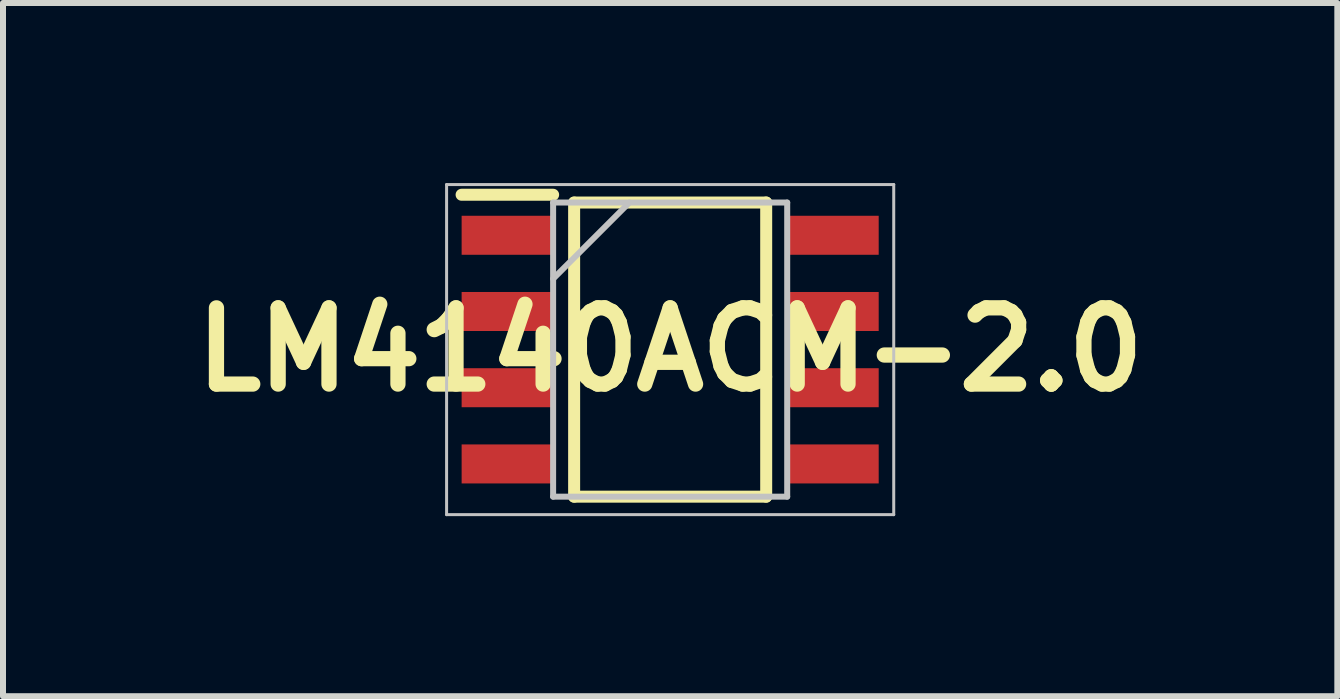
<source format=kicad_pcb>
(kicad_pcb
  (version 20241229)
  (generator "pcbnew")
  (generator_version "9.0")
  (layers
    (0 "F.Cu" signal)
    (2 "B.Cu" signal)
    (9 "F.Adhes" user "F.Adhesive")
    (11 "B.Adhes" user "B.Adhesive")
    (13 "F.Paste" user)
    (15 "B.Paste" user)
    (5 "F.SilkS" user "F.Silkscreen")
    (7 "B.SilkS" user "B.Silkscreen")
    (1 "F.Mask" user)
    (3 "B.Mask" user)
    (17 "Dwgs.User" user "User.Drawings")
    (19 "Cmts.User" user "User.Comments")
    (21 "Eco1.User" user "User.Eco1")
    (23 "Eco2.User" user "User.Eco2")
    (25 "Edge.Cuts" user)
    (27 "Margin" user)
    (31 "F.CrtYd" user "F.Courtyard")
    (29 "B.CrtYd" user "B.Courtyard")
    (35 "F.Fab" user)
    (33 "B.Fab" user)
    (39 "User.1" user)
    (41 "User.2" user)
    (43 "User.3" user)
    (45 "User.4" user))
  (footprint "LM4140ACM-2.0"
    (layer "F.Cu")
    (at 8.116 2.775)
    (property "Reference" "LM4140ACM-2.0" (at 0 0 0) (layer "F.SilkS") (effects (font (size 1.27 1.27) (thickness 0.254))))
    (attr smd)
    (fp_line (start -3.475 -2.58) (end -1.95 -2.58) (stroke (width 0.2) (type solid)) (layer "F.SilkS"))
    (fp_line (start -1.6 -2.45) (end 1.6 -2.45) (stroke (width 0.2) (type solid)) (layer "F.SilkS"))
    (fp_line (start -1.6 2.45) (end -1.6 -2.45) (stroke (width 0.2) (type solid)) (layer "F.SilkS"))
    (fp_line (start 1.6 -2.45) (end 1.6 2.45) (stroke (width 0.2) (type solid)) (layer "F.SilkS"))
    (fp_line (start 1.6 2.45) (end -1.6 2.45) (stroke (width 0.2) (type solid)) (layer "F.SilkS"))
    (fp_line (start -3.725 -2.75) (end 3.725 -2.75) (stroke (width 0.05) (type solid)) (layer "Dwgs.User"))
    (fp_line (start -3.725 2.75) (end -3.725 -2.75) (stroke (width 0.05) (type solid)) (layer "Dwgs.User"))
    (fp_line (start -1.95 -2.45) (end 1.95 -2.45) (stroke (width 0.1) (type solid)) (layer "Dwgs.User"))
    (fp_line (start -1.95 -1.18) (end -0.68 -2.45) (stroke (width 0.1) (type solid)) (layer "Dwgs.User"))
    (fp_line (start -1.95 2.45) (end -1.95 -2.45) (stroke (width 0.1) (type solid)) (layer "Dwgs.User"))
    (fp_line (start 1.95 -2.45) (end 1.95 2.45) (stroke (width 0.1) (type solid)) (layer "Dwgs.User"))
    (fp_line (start 1.95 2.45) (end -1.95 2.45) (stroke (width 0.1) (type solid)) (layer "Dwgs.User"))
    (fp_line (start 3.725 -2.75) (end 3.725 2.75) (stroke (width 0.05) (type solid)) (layer "Dwgs.User"))
    (fp_line (start 3.725 2.75) (end -3.725 2.75) (stroke (width 0.05) (type solid)) (layer "Dwgs.User"))
    (pad "1" smd rect (at -2.712 -1.905 90) (size 0.65 1.525) (layers "F.Cu" "F.Paste"))
    (pad "2" smd rect (at -2.712 -0.635 90) (size 0.65 1.525) (layers "F.Cu" "F.Paste"))
    (pad "3" smd rect (at -2.712 0.635 90) (size 0.65 1.525) (layers "F.Cu" "F.Paste"))
    (pad "4" smd rect (at -2.712 1.905 90) (size 0.65 1.525) (layers "F.Cu" "F.Paste"))
    (pad "5" smd rect (at 2.712 1.905 90) (size 0.65 1.525) (layers "F.Cu" "F.Paste"))
    (pad "6" smd rect (at 2.712 0.635 90) (size 0.65 1.525) (layers "F.Cu" "F.Paste"))
    (pad "7" smd rect (at 2.712 -0.635 90) (size 0.65 1.525) (layers "F.Cu" "F.Paste"))
    (pad "8" smd rect (at 2.712 -1.905 90) (size 0.65 1.525) (layers "F.Cu" "F.Paste")))
  (gr_rect
    (start -3 -3)
    (end 19.232 8.55)
    (stroke (width 0.1) (type default))
    (fill no)
    (layer "Edge.Cuts")))
</source>
